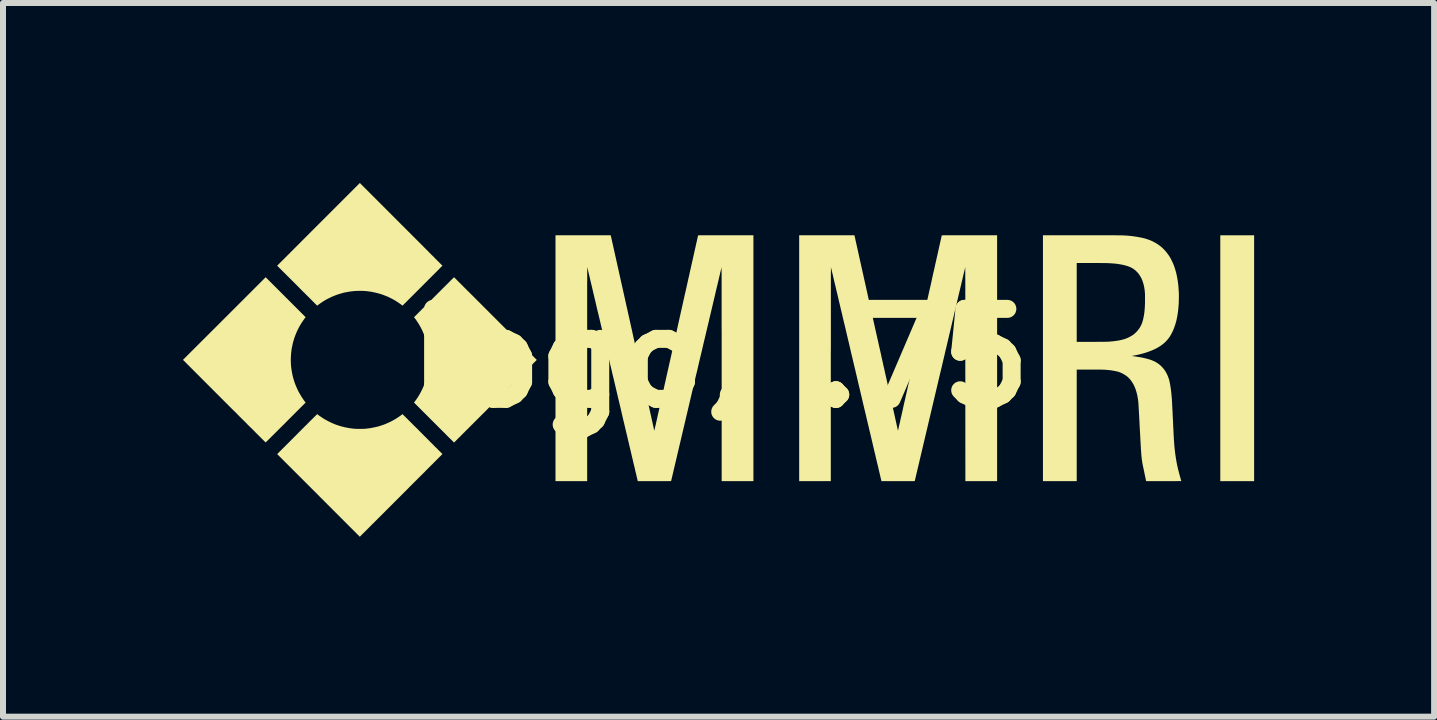
<source format=kicad_pcb>
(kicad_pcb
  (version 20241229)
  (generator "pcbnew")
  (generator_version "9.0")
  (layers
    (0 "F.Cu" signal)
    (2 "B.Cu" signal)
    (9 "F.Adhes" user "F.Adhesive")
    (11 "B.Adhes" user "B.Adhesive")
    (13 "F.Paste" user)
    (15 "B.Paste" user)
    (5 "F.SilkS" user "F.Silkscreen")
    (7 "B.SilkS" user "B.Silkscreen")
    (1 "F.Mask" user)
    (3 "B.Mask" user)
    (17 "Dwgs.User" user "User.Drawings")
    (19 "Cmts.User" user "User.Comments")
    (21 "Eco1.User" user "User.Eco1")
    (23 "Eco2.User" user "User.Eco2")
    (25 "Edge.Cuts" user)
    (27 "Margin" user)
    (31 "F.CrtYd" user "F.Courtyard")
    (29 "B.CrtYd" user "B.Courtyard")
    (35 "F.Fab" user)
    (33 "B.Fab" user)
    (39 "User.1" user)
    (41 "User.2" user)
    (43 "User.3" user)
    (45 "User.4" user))
  (footprint "logo, .75"
    (layer "F.Cu")
    (at 8.955 2.92)
    (property "Reference" "logo, .75" (at 0 0 0) (layer "F.SilkS") (effects (font (size 1.5 1.5) (thickness 0.3))))
    (attr board_only exclude_from_pos_files exclude_from_bom)
    (fp_poly (pts (xy 8.899 0.001) (xy 8.899 2.05) (xy 8.617 2.05) (xy 8.335 2.05) (xy 8.335 0.001) (xy 8.335 -2.048) (xy 8.617 -2.048) (xy 8.899 -2.048)) (stroke (width 0) (type solid)) (fill yes) (layer "F.SilkS"))
    (fp_poly (pts (xy -7.244 -1.016) (xy -6.911 -0.683) (xy -6.928 -0.661) (xy -6.958 -0.619) (xy -6.986 -0.576) (xy -7.012 -0.532) (xy -7.036 -0.486) (xy -7.04 -0.479) (xy -7.044 -0.469) (xy -7.049 -0.46) (xy -7.053 -0.451) (xy -7.057 -0.443) (xy -7.059 -0.438) (xy -7.062 -0.43) (xy -7.065 -0.423) (xy -7.068 -0.416) (xy -7.068 -0.416) (xy -7.072 -0.406) (xy -7.077 -0.395) (xy -7.082 -0.382) (xy -7.087 -0.368) (xy -7.092 -0.355) (xy -7.097 -0.341) (xy -7.1 -0.333) (xy -7.102 -0.326) (xy -7.104 -0.318) (xy -7.107 -0.308) (xy -7.11 -0.3) (xy -7.117 -0.276) (xy -7.124 -0.25) (xy -7.13 -0.222) (xy -7.136 -0.192) (xy -7.142 -0.163) (xy -7.147 -0.133) (xy -7.15 -0.105) (xy -7.153 -0.079) (xy -7.153 -0.078) (xy -7.157 -0.018) (xy -7.158 0.041) (xy -7.156 0.101) (xy -7.151 0.159) (xy -7.142 0.218) (xy -7.131 0.277) (xy -7.121 0.318) (xy -7.118 0.328) (xy -7.115 0.34) (xy -7.111 0.354) (xy -7.106 0.368) (xy -7.102 0.383) (xy -7.097 0.397) (xy -7.093 0.409) (xy -7.089 0.42) (xy -7.087 0.425) (xy -7.085 0.432) (xy -7.082 0.439) (xy -7.08 0.444) (xy -7.08 0.445) (xy -7.078 0.45) (xy -7.075 0.456) (xy -7.072 0.463) (xy -7.072 0.464) (xy -7.069 0.471) (xy -7.065 0.48) (xy -7.061 0.488) (xy -7.061 0.489) (xy -7.046 0.523) (xy -7.029 0.558) (xy -7.009 0.593) (xy -6.988 0.629) (xy -6.965 0.665) (xy -6.94 0.701) (xy -6.925 0.722) (xy -6.911 0.74) (xy -7.243 1.072) (xy -7.27 1.1) (xy -7.297 1.126) (xy -7.323 1.152) (xy -7.348 1.177) (xy -7.373 1.202) (xy -7.396 1.225) (xy -7.418 1.247) (xy -7.44 1.269) (xy -7.46 1.289) (xy -7.479 1.307) (xy -7.496 1.325) (xy -7.512 1.341) (xy -7.527 1.355) (xy -7.539 1.368) (xy -7.551 1.379) (xy -7.56 1.388) (xy -7.567 1.395) (xy -7.573 1.4) (xy -7.576 1.404) (xy -7.577 1.405) (xy -7.578 1.404) (xy -7.582 1.4) (xy -7.587 1.395) (xy -7.595 1.387) (xy -7.605 1.378) (xy -7.616 1.366) (xy -7.63 1.353) (xy -7.645 1.338) (xy -7.662 1.321) (xy -7.681 1.302) (xy -7.701 1.282) (xy -7.723 1.26) (xy -7.746 1.237) (xy -7.771 1.212) (xy -7.797 1.186) (xy -7.825 1.158) (xy -7.854 1.13) (xy -7.884 1.1) (xy -7.915 1.068) (xy -7.947 1.036) (xy -7.981 1.003) (xy -8.015 0.969) (xy -8.05 0.933) (xy -8.086 0.897) (xy -8.123 0.861) (xy -8.161 0.823) (xy -8.199 0.785) (xy -8.238 0.746) (xy -8.267 0.717) (xy -8.955 0.028) (xy -8.266 -0.66) (xy -7.577 -1.349)) (stroke (width 0) (type solid)) (fill yes) (layer "F.SilkS"))
    (fp_poly (pts (xy -5.319 -2.231) (xy -5.279 -2.192) (xy -5.241 -2.153) (xy -5.203 -2.115) (xy -5.165 -2.078) (xy -5.129 -2.041) (xy -5.093 -2.005) (xy -5.058 -1.97) (xy -5.024 -1.936) (xy -4.991 -1.903) (xy -4.959 -1.871) (xy -4.928 -1.84) (xy -4.898 -1.81) (xy -4.87 -1.782) (xy -4.843 -1.754) (xy -4.817 -1.728) (xy -4.792 -1.704) (xy -4.769 -1.681) (xy -4.748 -1.659) (xy -4.728 -1.639) (xy -4.71 -1.621) (xy -4.694 -1.605) (xy -4.679 -1.59) (xy -4.666 -1.577) (xy -4.655 -1.566) (xy -4.646 -1.557) (xy -4.639 -1.55) (xy -4.634 -1.545) (xy -4.631 -1.542) (xy -4.631 -1.541) (xy -4.632 -1.54) (xy -4.635 -1.537) (xy -4.64 -1.532) (xy -4.648 -1.524) (xy -4.657 -1.515) (xy -4.668 -1.504) (xy -4.681 -1.491) (xy -4.695 -1.476) (xy -4.711 -1.46) (xy -4.728 -1.443) (xy -4.747 -1.424) (xy -4.767 -1.404) (xy -4.789 -1.383) (xy -4.811 -1.36) (xy -4.834 -1.337) (xy -4.859 -1.313) (xy -4.884 -1.287) (xy -4.91 -1.261) (xy -4.936 -1.235) (xy -4.963 -1.208) (xy -5.295 -0.876) (xy -5.313 -0.889) (xy -5.36 -0.923) (xy -5.408 -0.954) (xy -5.456 -0.982) (xy -5.505 -1.007) (xy -5.548 -1.027) (xy -5.565 -1.034) (xy -5.58 -1.04) (xy -5.594 -1.045) (xy -5.606 -1.05) (xy -5.618 -1.055) (xy -5.631 -1.059) (xy -5.645 -1.064) (xy -5.661 -1.069) (xy -5.675 -1.073) (xy -5.703 -1.081) (xy -5.733 -1.089) (xy -5.765 -1.096) (xy -5.797 -1.103) (xy -5.83 -1.109) (xy -5.862 -1.113) (xy -5.892 -1.117) (xy -5.9 -1.118) (xy -5.961 -1.122) (xy -6.021 -1.122) (xy -6.08 -1.12) (xy -6.139 -1.115) (xy -6.198 -1.106) (xy -6.257 -1.095) (xy -6.284 -1.089) (xy -6.3 -1.084) (xy -6.318 -1.079) (xy -6.336 -1.074) (xy -6.355 -1.068) (xy -6.374 -1.062) (xy -6.392 -1.056) (xy -6.408 -1.05) (xy -6.423 -1.044) (xy -6.436 -1.039) (xy -6.441 -1.037) (xy -6.447 -1.035) (xy -6.454 -1.031) (xy -6.462 -1.028) (xy -6.469 -1.025) (xy -6.508 -1.007) (xy -6.548 -0.987) (xy -6.589 -0.964) (xy -6.63 -0.939) (xy -6.67 -0.911) (xy -6.703 -0.887) (xy -6.709 -0.883) (xy -6.714 -0.879) (xy -6.718 -0.877) (xy -6.719 -0.876) (xy -6.719 -0.876) (xy -6.72 -0.877) (xy -6.723 -0.88) (xy -6.729 -0.886) (xy -6.736 -0.893) (xy -6.745 -0.902) (xy -6.757 -0.913) (xy -6.769 -0.926) (xy -6.784 -0.94) (xy -6.8 -0.956) (xy -6.817 -0.974) (xy -6.836 -0.993) (xy -6.856 -1.013) (xy -6.877 -1.034) (xy -6.9 -1.056) (xy -6.923 -1.08) (xy -6.948 -1.104) (xy -6.973 -1.129) (xy -6.999 -1.155) (xy -7.025 -1.182) (xy -7.052 -1.209) (xy -7.385 -1.541) (xy -6.696 -2.231) (xy -6.007 -2.92)) (stroke (width 0) (type solid)) (fill yes) (layer "F.SilkS"))
    (fp_poly (pts (xy -4.436 -1.348) (xy -4.432 -1.345) (xy -4.427 -1.339) (xy -4.419 -1.332) (xy -4.41 -1.322) (xy -4.398 -1.311) (xy -4.385 -1.298) (xy -4.37 -1.282) (xy -4.353 -1.265) (xy -4.334 -1.247) (xy -4.314 -1.227) (xy -4.292 -1.205) (xy -4.269 -1.181) (xy -4.244 -1.157) (xy -4.218 -1.13) (xy -4.19 -1.103) (xy -4.161 -1.074) (xy -4.131 -1.044) (xy -4.1 -1.013) (xy -4.068 -0.981) (xy -4.034 -0.947) (xy -4 -0.913) (xy -3.965 -0.878) (xy -3.929 -0.842) (xy -3.892 -0.805) (xy -3.854 -0.767) (xy -3.816 -0.729) (xy -3.777 -0.69) (xy -3.747 -0.66) (xy -3.058 0.029) (xy -3.747 0.717) (xy -3.786 0.757) (xy -3.825 0.795) (xy -3.863 0.833) (xy -3.9 0.871) (xy -3.937 0.908) (xy -3.973 0.943) (xy -4.008 0.978) (xy -4.042 1.012) (xy -4.075 1.045) (xy -4.107 1.077) (xy -4.138 1.108) (xy -4.168 1.138) (xy -4.196 1.167) (xy -4.224 1.194) (xy -4.25 1.22) (xy -4.274 1.244) (xy -4.297 1.267) (xy -4.319 1.289) (xy -4.339 1.309) (xy -4.357 1.327) (xy -4.373 1.343) (xy -4.388 1.358) (xy -4.401 1.371) (xy -4.412 1.382) (xy -4.421 1.391) (xy -4.428 1.398) (xy -4.433 1.403) (xy -4.436 1.406) (xy -4.437 1.406) (xy -4.438 1.405) (xy -4.441 1.402) (xy -4.447 1.397) (xy -4.454 1.389) (xy -4.463 1.38) (xy -4.474 1.369) (xy -4.487 1.356) (xy -4.502 1.342) (xy -4.518 1.326) (xy -4.535 1.309) (xy -4.554 1.29) (xy -4.574 1.27) (xy -4.595 1.248) (xy -4.618 1.226) (xy -4.641 1.203) (xy -4.666 1.178) (xy -4.691 1.153) (xy -4.717 1.127) (xy -4.743 1.101) (xy -4.771 1.073) (xy -4.771 1.073) (xy -5.104 0.74) (xy -5.088 0.718) (xy -5.079 0.707) (xy -5.072 0.697) (xy -5.067 0.689) (xy -5.062 0.683) (xy -5.058 0.677) (xy -5.054 0.671) (xy -5.05 0.665) (xy -5.045 0.658) (xy -5.045 0.658) (xy -5.015 0.609) (xy -4.988 0.56) (xy -4.963 0.51) (xy -4.941 0.459) (xy -4.921 0.406) (xy -4.904 0.352) (xy -4.899 0.335) (xy -4.891 0.304) (xy -4.883 0.27) (xy -4.876 0.234) (xy -4.87 0.197) (xy -4.868 0.182) (xy -4.861 0.124) (xy -4.857 0.066) (xy -4.857 0.007) (xy -4.86 -0.052) (xy -4.866 -0.111) (xy -4.875 -0.171) (xy -4.887 -0.231) (xy -4.89 -0.246) (xy -4.895 -0.263) (xy -4.9 -0.281) (xy -4.906 -0.3) (xy -4.912 -0.32) (xy -4.918 -0.34) (xy -4.924 -0.358) (xy -4.931 -0.376) (xy -4.937 -0.391) (xy -4.941 -0.401) (xy -4.944 -0.409) (xy -4.948 -0.418) (xy -4.952 -0.427) (xy -4.955 -0.435) (xy -4.967 -0.462) (xy -4.981 -0.49) (xy -4.996 -0.519) (xy -5.013 -0.549) (xy -5.031 -0.579) (xy -5.05 -0.608) (xy -5.069 -0.637) (xy -5.089 -0.664) (xy -5.092 -0.667) (xy -5.104 -0.683) (xy -4.771 -1.016) (xy -4.744 -1.043) (xy -4.717 -1.07) (xy -4.691 -1.096) (xy -4.666 -1.121) (xy -4.642 -1.145) (xy -4.618 -1.169) (xy -4.596 -1.191) (xy -4.574 -1.212) (xy -4.554 -1.233) (xy -4.535 -1.251) (xy -4.518 -1.269) (xy -4.502 -1.285) (xy -4.488 -1.299) (xy -4.475 -1.312) (xy -4.464 -1.323) (xy -4.454 -1.332) (xy -4.447 -1.339) (xy -4.441 -1.345) (xy -4.438 -1.348) (xy -4.437 -1.349)) (stroke (width 0) (type solid)) (fill yes) (layer "F.SilkS"))
    (fp_poly (pts (xy -5.295 0.934) (xy -5.291 0.937) (xy -5.286 0.942) (xy -5.279 0.95) (xy -5.27 0.959) (xy -5.259 0.969) (xy -5.246 0.982) (xy -5.232 0.996) (xy -5.217 1.011) (xy -5.201 1.027) (xy -5.183 1.045) (xy -5.164 1.064) (xy -5.144 1.084) (xy -5.124 1.104) (xy -5.102 1.126) (xy -5.08 1.148) (xy -5.057 1.17) (xy -5.034 1.193) (xy -5.011 1.217) (xy -4.988 1.24) (xy -4.964 1.264) (xy -4.94 1.288) (xy -4.917 1.311) (xy -4.893 1.335) (xy -4.87 1.358) (xy -4.848 1.38) (xy -4.826 1.403) (xy -4.804 1.424) (xy -4.783 1.445) (xy -4.764 1.465) (xy -4.745 1.484) (xy -4.727 1.501) (xy -4.71 1.518) (xy -4.695 1.534) (xy -4.681 1.548) (xy -4.668 1.56) (xy -4.657 1.571) (xy -4.648 1.58) (xy -4.641 1.588) (xy -4.635 1.593) (xy -4.632 1.597) (xy -4.631 1.598) (xy -4.631 1.598) (xy -4.632 1.6) (xy -4.635 1.603) (xy -4.64 1.608) (xy -4.648 1.616) (xy -4.657 1.625) (xy -4.668 1.636) (xy -4.681 1.649) (xy -4.696 1.664) (xy -4.713 1.681) (xy -4.731 1.699) (xy -4.75 1.718) (xy -4.771 1.739) (xy -4.793 1.762) (xy -4.817 1.785) (xy -4.842 1.81) (xy -4.868 1.836) (xy -4.895 1.863) (xy -4.922 1.891) (xy -4.951 1.92) (xy -4.981 1.95) (xy -5.012 1.98) (xy -5.043 2.011) (xy -5.074 2.043) (xy -5.107 2.075) (xy -5.14 2.108) (xy -5.173 2.141) (xy -5.206 2.175) (xy -5.24 2.209) (xy -5.274 2.243) (xy -5.308 2.277) (xy -5.342 2.311) (xy -5.376 2.345) (xy -5.41 2.379) (xy -5.444 2.413) (xy -5.477 2.446) (xy -5.51 2.479) (xy -5.543 2.512) (xy -5.575 2.544) (xy -5.606 2.575) (xy -5.637 2.606) (xy -5.668 2.637) (xy -5.697 2.666) (xy -5.726 2.695) (xy -5.753 2.722) (xy -5.78 2.749) (xy -5.805 2.774) (xy -5.83 2.799) (xy -5.853 2.822) (xy -5.875 2.844) (xy -5.895 2.864) (xy -5.914 2.883) (xy -5.932 2.901) (xy -5.947 2.916) (xy -5.962 2.93) (xy -5.974 2.943) (xy -5.985 2.953) (xy -5.993 2.962) (xy -6 2.969) (xy -6.005 2.973) (xy -6.007 2.976) (xy -6.008 2.976) (xy -6.009 2.975) (xy -6.012 2.972) (xy -6.017 2.966) (xy -6.025 2.959) (xy -6.034 2.949) (xy -6.046 2.938) (xy -6.059 2.925) (xy -6.074 2.91) (xy -6.091 2.893) (xy -6.11 2.874) (xy -6.13 2.854) (xy -6.152 2.832) (xy -6.175 2.809) (xy -6.2 2.784) (xy -6.226 2.758) (xy -6.254 2.73) (xy -6.283 2.701) (xy -6.313 2.671) (xy -6.344 2.64) (xy -6.376 2.608) (xy -6.409 2.575) (xy -6.444 2.54) (xy -6.479 2.505) (xy -6.515 2.469) (xy -6.552 2.432) (xy -6.589 2.395) (xy -6.627 2.356) (xy -6.666 2.318) (xy -6.696 2.287) (xy -7.385 1.599) (xy -7.052 1.266) (xy -7.025 1.238) (xy -6.998 1.212) (xy -6.973 1.186) (xy -6.947 1.161) (xy -6.923 1.136) (xy -6.899 1.113) (xy -6.877 1.091) (xy -6.856 1.069) (xy -6.836 1.049) (xy -6.817 1.031) (xy -6.799 1.013) (xy -6.783 0.997) (xy -6.769 0.983) (xy -6.756 0.97) (xy -6.745 0.959) (xy -6.735 0.95) (xy -6.728 0.942) (xy -6.722 0.937) (xy -6.719 0.934) (xy -6.718 0.933) (xy -6.715 0.934) (xy -6.713 0.936) (xy -6.71 0.939) (xy -6.705 0.943) (xy -6.698 0.948) (xy -6.689 0.955) (xy -6.678 0.963) (xy -6.67 0.968) (xy -6.634 0.993) (xy -6.596 1.017) (xy -6.556 1.039) (xy -6.516 1.06) (xy -6.475 1.079) (xy -6.435 1.097) (xy -6.395 1.112) (xy -6.367 1.121) (xy -6.36 1.124) (xy -6.351 1.126) (xy -6.342 1.129) (xy -6.336 1.131) (xy -6.312 1.138) (xy -6.284 1.145) (xy -6.255 1.152) (xy -6.225 1.158) (xy -6.193 1.164) (xy -6.162 1.169) (xy -6.131 1.173) (xy -6.101 1.176) (xy -6.099 1.176) (xy -6.089 1.177) (xy -6.076 1.177) (xy -6.061 1.178) (xy -6.044 1.178) (xy -6.026 1.178) (xy -6.008 1.178) (xy -5.99 1.178) (xy -5.971 1.178) (xy -5.954 1.178) (xy -5.938 1.177) (xy -5.924 1.177) (xy -5.913 1.176) (xy -5.906 1.175) (xy -5.869 1.171) (xy -5.832 1.166) (xy -5.795 1.159) (xy -5.76 1.152) (xy -5.725 1.144) (xy -5.693 1.136) (xy -5.673 1.13) (xy -5.665 1.127) (xy -5.657 1.125) (xy -5.65 1.122) (xy -5.645 1.121) (xy -5.645 1.121) (xy -5.639 1.119) (xy -5.631 1.116) (xy -5.622 1.113) (xy -5.612 1.109) (xy -5.602 1.106) (xy -5.593 1.102) (xy -5.583 1.098) (xy -5.575 1.095) (xy -5.569 1.093) (xy -5.565 1.091) (xy -5.564 1.09) (xy -5.562 1.089) (xy -5.558 1.087) (xy -5.552 1.085) (xy -5.545 1.082) (xy -5.523 1.072) (xy -5.499 1.061) (xy -5.474 1.048) (xy -5.448 1.034) (xy -5.422 1.019) (xy -5.397 1.004) (xy -5.379 0.992) (xy -5.37 0.986) (xy -5.36 0.98) (xy -5.349 0.972) (xy -5.339 0.965) (xy -5.328 0.957) (xy -5.319 0.95) (xy -5.311 0.945) (xy -5.305 0.94) (xy -5.304 0.939) (xy -5.3 0.936) (xy -5.297 0.933) (xy -5.296 0.933)) (stroke (width 0) (type solid)) (fill yes) (layer "F.SilkS"))
    (fp_poly (pts (xy -2.286 -2.048) (xy -1.825 -2.048) (xy -1.463 -0.425) (xy -1.448 -0.354) (xy -1.432 -0.284) (xy -1.416 -0.215) (xy -1.401 -0.146) (xy -1.386 -0.079) (xy -1.371 -0.012) (xy -1.357 0.053) (xy -1.342 0.118) (xy -1.328 0.181) (xy -1.314 0.243) (xy -1.301 0.303) (xy -1.288 0.363) (xy -1.275 0.42) (xy -1.262 0.477) (xy -1.25 0.531) (xy -1.238 0.584) (xy -1.227 0.635) (xy -1.216 0.685) (xy -1.205 0.733) (xy -1.195 0.778) (xy -1.185 0.822) (xy -1.176 0.864) (xy -1.167 0.904) (xy -1.159 0.941) (xy -1.151 0.976) (xy -1.144 1.009) (xy -1.137 1.04) (xy -1.13 1.068) (xy -1.125 1.094) (xy -1.12 1.117) (xy -1.115 1.138) (xy -1.111 1.155) (xy -1.108 1.171) (xy -1.105 1.183) (xy -1.103 1.192) (xy -1.101 1.199) (xy -1.101 1.202) (xy -1.1 1.203) (xy -1.1 1.206) (xy -1.099 1.207) (xy -1.098 1.205) (xy -1.097 1.204) (xy -1.096 1.199) (xy -1.095 1.191) (xy -1.092 1.181) (xy -1.089 1.167) (xy -1.086 1.151) (xy -1.081 1.132) (xy -1.076 1.11) (xy -1.071 1.086) (xy -1.065 1.06) (xy -1.058 1.03) (xy -1.051 0.999) (xy -1.044 0.965) (xy -1.036 0.929) (xy -1.027 0.891) (xy -1.018 0.85) (xy -1.008 0.807) (xy -0.998 0.763) (xy -0.988 0.716) (xy -0.977 0.668) (xy -0.966 0.618) (xy -0.954 0.566) (xy -0.942 0.512) (xy -0.93 0.457) (xy -0.917 0.4) (xy -0.904 0.342) (xy -0.891 0.282) (xy -0.877 0.221) (xy -0.863 0.159) (xy -0.849 0.095) (xy -0.834 0.03) (xy -0.819 -0.036) (xy -0.804 -0.103) (xy -0.789 -0.171) (xy -0.774 -0.239) (xy -0.758 -0.309) (xy -0.742 -0.38) (xy -0.733 -0.42) (xy -0.717 -0.491) (xy -0.702 -0.561) (xy -0.686 -0.631) (xy -0.671 -0.699) (xy -0.656 -0.767) (xy -0.641 -0.833) (xy -0.626 -0.899) (xy -0.612 -0.963) (xy -0.598 -1.026) (xy -0.584 -1.088) (xy -0.57 -1.148) (xy -0.557 -1.207) (xy -0.544 -1.265) (xy -0.532 -1.321) (xy -0.519 -1.376) (xy -0.508 -1.429) (xy -0.496 -1.48) (xy -0.485 -1.529) (xy -0.474 -1.577) (xy -0.464 -1.623) (xy -0.454 -1.666) (xy -0.445 -1.708) (xy -0.436 -1.748) (xy -0.428 -1.785) (xy -0.42 -1.82) (xy -0.412 -1.853) (xy -0.406 -1.884) (xy -0.399 -1.912) (xy -0.394 -1.937) (xy -0.388 -1.96) (xy -0.384 -1.981) (xy -0.38 -1.999) (xy -0.376 -2.014) (xy -0.374 -2.026) (xy -0.372 -2.035) (xy -0.37 -2.042) (xy -0.369 -2.045) (xy -0.369 -2.046) (xy -0.369 -2.046) (xy -0.369 -2.046) (xy -0.368 -2.046) (xy -0.366 -2.047) (xy -0.364 -2.047) (xy -0.362 -2.047) (xy -0.358 -2.047) (xy -0.354 -2.047) (xy -0.348 -2.047) (xy -0.342 -2.048) (xy -0.334 -2.048) (xy -0.325 -2.048) (xy -0.314 -2.048) (xy -0.302 -2.048) (xy -0.288 -2.048) (xy -0.272 -2.048) (xy -0.255 -2.048) (xy -0.235 -2.048) (xy -0.214 -2.048) (xy -0.19 -2.048) (xy -0.163 -2.048) (xy -0.135 -2.048) (xy -0.104 -2.048) (xy -0.07 -2.048) (xy -0.033 -2.048) (xy 0.006 -2.048) (xy 0.049 -2.048) (xy 0.092 -2.048) (xy 0.553 -2.048) (xy 0.553 0.001) (xy 0.553 2.05) (xy 0.288 2.05) (xy 0.024 2.05) (xy 0.024 0.265) (xy 0.024 0.166) (xy 0.024 0.07) (xy 0.024 -0.023) (xy 0.024 -0.113) (xy 0.024 -0.201) (xy 0.024 -0.287) (xy 0.024 -0.369) (xy 0.024 -0.449) (xy 0.023 -0.526) (xy 0.023 -0.601) (xy 0.023 -0.672) (xy 0.023 -0.741) (xy 0.023 -0.807) (xy 0.023 -0.87) (xy 0.023 -0.93) (xy 0.023 -0.988) (xy 0.023 -1.042) (xy 0.023 -1.094) (xy 0.023 -1.143) (xy 0.023 -1.189) (xy 0.023 -1.232) (xy 0.023 -1.272) (xy 0.023 -1.309) (xy 0.023 -1.343) (xy 0.023 -1.374) (xy 0.023 -1.402) (xy 0.023 -1.427) (xy 0.022 -1.448) (xy 0.022 -1.467) (xy 0.022 -1.483) (xy 0.022 -1.496) (xy 0.022 -1.505) (xy 0.022 -1.512) (xy 0.022 -1.515) (xy 0.022 -1.515) (xy 0.022 -1.513) (xy 0.02 -1.509) (xy 0.019 -1.501) (xy 0.016 -1.49) (xy 0.013 -1.477) (xy 0.009 -1.461) (xy 0.004 -1.442) (xy -0.001 -1.42) (xy -0.006 -1.396) (xy -0.013 -1.369) (xy -0.02 -1.339) (xy -0.027 -1.308) (xy -0.035 -1.274) (xy -0.044 -1.237) (xy -0.053 -1.199) (xy -0.063 -1.158) (xy -0.073 -1.115) (xy -0.083 -1.07) (xy -0.094 -1.023) (xy -0.106 -0.974) (xy -0.118 -0.923) (xy -0.13 -0.871) (xy -0.143 -0.817) (xy -0.156 -0.761) (xy -0.17 -0.703) (xy -0.184 -0.644) (xy -0.198 -0.583) (xy -0.213 -0.521) (xy -0.228 -0.458) (xy -0.243 -0.393) (xy -0.259 -0.327) (xy -0.275 -0.26) (xy -0.291 -0.191) (xy -0.307 -0.122) (xy -0.324 -0.051) (xy -0.341 0.02) (xy -0.358 0.092) (xy -0.375 0.166) (xy -0.392 0.239) (xy -0.4 0.269) (xy -0.819 2.049) (xy -1.097 2.05) (xy -1.375 2.05) (xy -1.375 2.046) (xy -1.376 2.045) (xy -1.377 2.04) (xy -1.379 2.032) (xy -1.381 2.022) (xy -1.384 2.008) (xy -1.388 1.992) (xy -1.393 1.973) (xy -1.398 1.951) (xy -1.403 1.927) (xy -1.41 1.9) (xy -1.417 1.871) (xy -1.424 1.839) (xy -1.432 1.805) (xy -1.441 1.769) (xy -1.45 1.731) (xy -1.459 1.69) (xy -1.47 1.647) (xy -1.48 1.602) (xy -1.491 1.555) (xy -1.503 1.506) (xy -1.515 1.456) (xy -1.527 1.403) (xy -1.54 1.349) (xy -1.553 1.293) (xy -1.567 1.235) (xy -1.581 1.176) (xy -1.595 1.116) (xy -1.61 1.054) (xy -1.625 0.99) (xy -1.64 0.925) (xy -1.655 0.859) (xy -1.671 0.792) (xy -1.687 0.724) (xy -1.704 0.654) (xy -1.72 0.584) (xy -1.737 0.513) (xy -1.754 0.44) (xy -1.771 0.367) (xy -1.789 0.293) (xy -1.796 0.265) (xy -1.813 0.19) (xy -1.831 0.117) (xy -1.848 0.044) (xy -1.865 -0.027) (xy -1.881 -0.098) (xy -1.898 -0.168) (xy -1.914 -0.237) (xy -1.93 -0.304) (xy -1.946 -0.371) (xy -1.961 -0.436) (xy -1.976 -0.5) (xy -1.991 -0.563) (xy -2.005 -0.624) (xy -2.019 -0.683) (xy -2.033 -0.742) (xy -2.047 -0.798) (xy -2.06 -0.853) (xy -2.072 -0.906) (xy -2.084 -0.958) (xy -2.096 -1.007) (xy -2.107 -1.055) (xy -2.118 -1.1) (xy -2.128 -1.144) (xy -2.138 -1.186) (xy -2.147 -1.225) (xy -2.156 -1.262) (xy -2.165 -1.297) (xy -2.172 -1.33) (xy -2.179 -1.36) (xy -2.186 -1.388) (xy -2.192 -1.413) (xy -2.197 -1.435) (xy -2.202 -1.455) (xy -2.206 -1.473) (xy -2.21 -1.487) (xy -2.212 -1.499) (xy -2.214 -1.508) (xy -2.216 -1.514) (xy -2.217 -1.516) (xy -2.217 -1.517) (xy -2.217 -1.515) (xy -2.217 -1.511) (xy -2.217 -1.503) (xy -2.217 -1.492) (xy -2.217 -1.479) (xy -2.217 -1.462) (xy -2.217 -1.442) (xy -2.217 -1.419) (xy -2.217 -1.394) (xy -2.217 -1.365) (xy -2.217 -1.334) (xy -2.217 -1.3) (xy -2.218 -1.263) (xy -2.218 -1.224) (xy -2.218 -1.181) (xy -2.218 -1.137) (xy -2.218 -1.089) (xy -2.218 -1.039) (xy -2.218 -0.986) (xy -2.218 -0.931) (xy -2.218 -0.874) (xy -2.218 -0.814) (xy -2.218 -0.751) (xy -2.218 -0.686) (xy -2.218 -0.619) (xy -2.218 -0.55) (xy -2.218 -0.478) (xy -2.218 -0.404) (xy -2.218 -0.328) (xy -2.218 -0.25) (xy -2.218 -0.169) (xy -2.218 -0.087) (xy -2.218 -0.002) (xy -2.218 0.085) (xy -2.218 0.173) (xy -2.218 0.264) (xy -2.218 0.265) (xy -2.218 2.05) (xy -2.482 2.05) (xy -2.746 2.05) (xy -2.746 0.001) (xy -2.746 -2.048)) (stroke (width 0) (type solid)) (fill yes) (layer "F.SilkS"))
    (fp_poly (pts (xy 1.776 -2.048) (xy 2.237 -2.048) (xy 2.598 -0.425) (xy 2.614 -0.354) (xy 2.63 -0.284) (xy 2.645 -0.215) (xy 2.661 -0.146) (xy 2.676 -0.079) (xy 2.69 -0.012) (xy 2.705 0.053) (xy 2.719 0.118) (xy 2.734 0.181) (xy 2.747 0.243) (xy 2.761 0.303) (xy 2.774 0.363) (xy 2.787 0.42) (xy 2.799 0.477) (xy 2.812 0.531) (xy 2.823 0.584) (xy 2.835 0.635) (xy 2.846 0.685) (xy 2.857 0.733) (xy 2.867 0.778) (xy 2.876 0.822) (xy 2.886 0.864) (xy 2.895 0.904) (xy 2.903 0.941) (xy 2.911 0.976) (xy 2.918 1.009) (xy 2.925 1.04) (xy 2.931 1.068) (xy 2.937 1.094) (xy 2.942 1.117) (xy 2.947 1.138) (xy 2.951 1.155) (xy 2.954 1.171) (xy 2.957 1.183) (xy 2.959 1.192) (xy 2.96 1.199) (xy 2.961 1.202) (xy 2.961 1.203) (xy 2.962 1.206) (xy 2.963 1.207) (xy 2.964 1.205) (xy 2.964 1.204) (xy 2.965 1.199) (xy 2.967 1.191) (xy 2.969 1.181) (xy 2.973 1.167) (xy 2.976 1.151) (xy 2.98 1.132) (xy 2.985 1.11) (xy 2.991 1.086) (xy 2.997 1.06) (xy 3.003 1.03) (xy 3.01 0.999) (xy 3.018 0.965) (xy 3.026 0.929) (xy 3.035 0.891) (xy 3.044 0.85) (xy 3.053 0.807) (xy 3.063 0.763) (xy 3.074 0.716) (xy 3.085 0.668) (xy 3.096 0.618) (xy 3.108 0.566) (xy 3.12 0.512) (xy 3.132 0.457) (xy 3.145 0.4) (xy 3.158 0.342) (xy 3.171 0.282) (xy 3.185 0.221) (xy 3.199 0.159) (xy 3.213 0.095) (xy 3.228 0.03) (xy 3.242 -0.036) (xy 3.257 -0.103) (xy 3.272 -0.171) (xy 3.288 -0.239) (xy 3.304 -0.309) (xy 3.319 -0.38) (xy 3.328 -0.42) (xy 3.344 -0.491) (xy 3.36 -0.561) (xy 3.376 -0.631) (xy 3.391 -0.699) (xy 3.406 -0.767) (xy 3.421 -0.833) (xy 3.435 -0.899) (xy 3.45 -0.963) (xy 3.464 -1.026) (xy 3.478 -1.088) (xy 3.491 -1.148) (xy 3.505 -1.207) (xy 3.518 -1.265) (xy 3.53 -1.321) (xy 3.542 -1.376) (xy 3.554 -1.429) (xy 3.566 -1.48) (xy 3.577 -1.529) (xy 3.587 -1.577) (xy 3.598 -1.623) (xy 3.607 -1.666) (xy 3.617 -1.708) (xy 3.626 -1.748) (xy 3.634 -1.785) (xy 3.642 -1.82) (xy 3.649 -1.853) (xy 3.656 -1.884) (xy 3.662 -1.912) (xy 3.668 -1.937) (xy 3.673 -1.96) (xy 3.678 -1.981) (xy 3.682 -1.999) (xy 3.685 -2.014) (xy 3.688 -2.026) (xy 3.69 -2.035) (xy 3.692 -2.042) (xy 3.692 -2.045) (xy 3.692 -2.046) (xy 3.693 -2.046) (xy 3.693 -2.046) (xy 3.694 -2.046) (xy 3.695 -2.047) (xy 3.697 -2.047) (xy 3.7 -2.047) (xy 3.703 -2.047) (xy 3.708 -2.047) (xy 3.713 -2.047) (xy 3.72 -2.048) (xy 3.728 -2.048) (xy 3.737 -2.048) (xy 3.748 -2.048) (xy 3.76 -2.048) (xy 3.774 -2.048) (xy 3.789 -2.048) (xy 3.807 -2.048) (xy 3.826 -2.048) (xy 3.848 -2.048) (xy 3.872 -2.048) (xy 3.898 -2.048) (xy 3.927 -2.048) (xy 3.958 -2.048) (xy 3.992 -2.048) (xy 4.029 -2.048) (xy 4.068 -2.048) (xy 4.11 -2.048) (xy 4.154 -2.048) (xy 4.615 -2.048) (xy 4.615 0.001) (xy 4.615 2.05) (xy 4.35 2.05) (xy 4.086 2.05) (xy 4.085 0.265) (xy 4.085 0.166) (xy 4.085 0.07) (xy 4.085 -0.023) (xy 4.085 -0.113) (xy 4.085 -0.201) (xy 4.085 -0.287) (xy 4.085 -0.369) (xy 4.085 -0.449) (xy 4.085 -0.526) (xy 4.085 -0.601) (xy 4.085 -0.672) (xy 4.085 -0.741) (xy 4.085 -0.807) (xy 4.085 -0.87) (xy 4.085 -0.93) (xy 4.085 -0.988) (xy 4.085 -1.042) (xy 4.085 -1.094) (xy 4.085 -1.143) (xy 4.085 -1.189) (xy 4.085 -1.232) (xy 4.085 -1.272) (xy 4.085 -1.309) (xy 4.084 -1.343) (xy 4.084 -1.374) (xy 4.084 -1.402) (xy 4.084 -1.427) (xy 4.084 -1.448) (xy 4.084 -1.467) (xy 4.084 -1.483) (xy 4.084 -1.496) (xy 4.084 -1.505) (xy 4.084 -1.512) (xy 4.084 -1.515) (xy 4.084 -1.515) (xy 4.083 -1.513) (xy 4.082 -1.509) (xy 4.08 -1.501) (xy 4.078 -1.49) (xy 4.075 -1.477) (xy 4.071 -1.461) (xy 4.066 -1.442) (xy 4.061 -1.42) (xy 4.055 -1.396) (xy 4.049 -1.369) (xy 4.042 -1.339) (xy 4.035 -1.308) (xy 4.026 -1.274) (xy 4.018 -1.237) (xy 4.009 -1.199) (xy 3.999 -1.158) (xy 3.989 -1.115) (xy 3.978 -1.07) (xy 3.967 -1.023) (xy 3.956 -0.974) (xy 3.944 -0.923) (xy 3.931 -0.871) (xy 3.919 -0.817) (xy 3.905 -0.761) (xy 3.892 -0.703) (xy 3.878 -0.644) (xy 3.863 -0.583) (xy 3.849 -0.521) (xy 3.834 -0.458) (xy 3.818 -0.393) (xy 3.803 -0.327) (xy 3.787 -0.26) (xy 3.771 -0.191) (xy 3.754 -0.122) (xy 3.738 -0.051) (xy 3.721 0.02) (xy 3.704 0.092) (xy 3.687 0.166) (xy 3.669 0.239) (xy 3.662 0.269) (xy 3.242 2.049) (xy 2.965 2.05) (xy 2.687 2.05) (xy 2.686 2.046) (xy 2.686 2.045) (xy 2.685 2.04) (xy 2.683 2.032) (xy 2.681 2.022) (xy 2.677 2.008) (xy 2.674 1.992) (xy 2.669 1.973) (xy 2.664 1.951) (xy 2.658 1.927) (xy 2.652 1.9) (xy 2.645 1.871) (xy 2.638 1.839) (xy 2.63 1.805) (xy 2.621 1.769) (xy 2.612 1.731) (xy 2.602 1.69) (xy 2.592 1.647) (xy 2.582 1.602) (xy 2.57 1.555) (xy 2.559 1.506) (xy 2.547 1.456) (xy 2.535 1.403) (xy 2.522 1.349) (xy 2.509 1.293) (xy 2.495 1.235) (xy 2.481 1.176) (xy 2.467 1.116) (xy 2.452 1.054) (xy 2.437 0.99) (xy 2.422 0.925) (xy 2.406 0.859) (xy 2.39 0.792) (xy 2.374 0.724) (xy 2.358 0.654) (xy 2.341 0.584) (xy 2.325 0.513) (xy 2.307 0.44) (xy 2.29 0.367) (xy 2.273 0.293) (xy 2.266 0.265) (xy 2.249 0.19) (xy 2.231 0.117) (xy 2.214 0.044) (xy 2.197 -0.027) (xy 2.18 -0.098) (xy 2.164 -0.168) (xy 2.148 -0.237) (xy 2.132 -0.304) (xy 2.116 -0.371) (xy 2.101 -0.436) (xy 2.086 -0.5) (xy 2.071 -0.563) (xy 2.056 -0.624) (xy 2.042 -0.683) (xy 2.029 -0.742) (xy 2.015 -0.798) (xy 2.002 -0.853) (xy 1.99 -0.906) (xy 1.977 -0.958) (xy 1.966 -1.007) (xy 1.955 -1.055) (xy 1.944 -1.1) (xy 1.933 -1.144) (xy 1.924 -1.186) (xy 1.914 -1.225) (xy 1.905 -1.262) (xy 1.897 -1.297) (xy 1.889 -1.33) (xy 1.882 -1.36) (xy 1.876 -1.388) (xy 1.87 -1.413) (xy 1.864 -1.435) (xy 1.86 -1.455) (xy 1.856 -1.473) (xy 1.852 -1.487) (xy 1.849 -1.499) (xy 1.847 -1.508) (xy 1.846 -1.514) (xy 1.845 -1.516) (xy 1.845 -1.517) (xy 1.845 -1.515) (xy 1.845 -1.511) (xy 1.845 -1.503) (xy 1.845 -1.492) (xy 1.845 -1.479) (xy 1.845 -1.462) (xy 1.845 -1.442) (xy 1.844 -1.419) (xy 1.844 -1.394) (xy 1.844 -1.365) (xy 1.844 -1.334) (xy 1.844 -1.3) (xy 1.844 -1.263) (xy 1.844 -1.224) (xy 1.844 -1.181) (xy 1.844 -1.137) (xy 1.844 -1.089) (xy 1.844 -1.039) (xy 1.844 -0.986) (xy 1.844 -0.931) (xy 1.844 -0.874) (xy 1.844 -0.814) (xy 1.844 -0.751) (xy 1.844 -0.686) (xy 1.844 -0.619) (xy 1.844 -0.55) (xy 1.844 -0.478) (xy 1.844 -0.404) (xy 1.844 -0.328) (xy 1.844 -0.25) (xy 1.844 -0.169) (xy 1.843 -0.087) (xy 1.843 -0.002) (xy 1.843 0.085) (xy 1.843 0.173) (xy 1.843 0.264) (xy 1.843 0.265) (xy 1.843 2.05) (xy 1.58 2.05) (xy 1.316 2.05) (xy 1.316 0.001) (xy 1.316 -2.048)) (stroke (width 0) (type solid)) (fill yes) (layer "F.SilkS"))
    (fp_poly (pts (xy 6.023 -2.048) (xy 6.079 -2.048) (xy 6.131 -2.048) (xy 6.181 -2.048) (xy 6.227 -2.048) (xy 6.271 -2.048) (xy 6.312 -2.048) (xy 6.351 -2.048) (xy 6.387 -2.048) (xy 6.421 -2.048) (xy 6.452 -2.048) (xy 6.481 -2.048) (xy 6.508 -2.048) (xy 6.534 -2.048) (xy 6.557 -2.048) (xy 6.578 -2.048) (xy 6.598 -2.048) (xy 6.616 -2.047) (xy 6.633 -2.047) (xy 6.648 -2.047) (xy 6.663 -2.047) (xy 6.675 -2.047) (xy 6.687 -2.047) (xy 6.698 -2.046) (xy 6.708 -2.046) (xy 6.717 -2.046) (xy 6.725 -2.046) (xy 6.733 -2.045) (xy 6.741 -2.045) (xy 6.748 -2.045) (xy 6.754 -2.044) (xy 6.761 -2.044) (xy 6.767 -2.043) (xy 6.773 -2.043) (xy 6.778 -2.043) (xy 6.819 -2.039) (xy 6.861 -2.035) (xy 6.902 -2.029) (xy 6.943 -2.023) (xy 6.982 -2.016) (xy 7.019 -2.009) (xy 7.054 -2.001) (xy 7.071 -1.997) (xy 7.117 -1.983) (xy 7.162 -1.967) (xy 7.205 -1.948) (xy 7.245 -1.927) (xy 7.284 -1.904) (xy 7.321 -1.878) (xy 7.356 -1.85) (xy 7.357 -1.85) (xy 7.365 -1.842) (xy 7.375 -1.833) (xy 7.386 -1.822) (xy 7.397 -1.811) (xy 7.407 -1.8) (xy 7.417 -1.79) (xy 7.425 -1.781) (xy 7.43 -1.775) (xy 7.458 -1.738) (xy 7.485 -1.7) (xy 7.509 -1.659) (xy 7.531 -1.615) (xy 7.552 -1.57) (xy 7.57 -1.522) (xy 7.586 -1.471) (xy 7.598 -1.428) (xy 7.61 -1.376) (xy 7.62 -1.323) (xy 7.629 -1.267) (xy 7.636 -1.209) (xy 7.64 -1.15) (xy 7.644 -1.09) (xy 7.645 -1.029) (xy 7.644 -0.968) (xy 7.642 -0.906) (xy 7.637 -0.845) (xy 7.637 -0.841) (xy 7.631 -0.781) (xy 7.622 -0.723) (xy 7.612 -0.667) (xy 7.6 -0.614) (xy 7.585 -0.563) (xy 7.569 -0.515) (xy 7.551 -0.469) (xy 7.531 -0.426) (xy 7.509 -0.385) (xy 7.486 -0.348) (xy 7.467 -0.323) (xy 7.445 -0.297) (xy 7.421 -0.272) (xy 7.395 -0.248) (xy 7.368 -0.226) (xy 7.346 -0.21) (xy 7.31 -0.187) (xy 7.271 -0.165) (xy 7.229 -0.144) (xy 7.184 -0.125) (xy 7.137 -0.107) (xy 7.087 -0.09) (xy 7.035 -0.075) (xy 6.98 -0.061) (xy 6.923 -0.049) (xy 6.913 -0.047) (xy 6.902 -0.045) (xy 6.891 -0.043) (xy 6.882 -0.041) (xy 6.874 -0.039) (xy 6.868 -0.038) (xy 6.866 -0.038) (xy 6.858 -0.036) (xy 6.868 -0.035) (xy 6.914 -0.029) (xy 6.957 -0.022) (xy 6.997 -0.016) (xy 7.035 -0.009) (xy 7.07 -0.001) (xy 7.103 0.007) (xy 7.133 0.015) (xy 7.162 0.024) (xy 7.189 0.033) (xy 7.215 0.044) (xy 7.224 0.048) (xy 7.254 0.062) (xy 7.283 0.08) (xy 7.312 0.1) (xy 7.339 0.122) (xy 7.357 0.14) (xy 7.382 0.167) (xy 7.405 0.196) (xy 7.425 0.227) (xy 7.443 0.26) (xy 7.459 0.295) (xy 7.473 0.332) (xy 7.485 0.372) (xy 7.487 0.381) (xy 7.492 0.401) (xy 7.496 0.424) (xy 7.501 0.45) (xy 7.505 0.479) (xy 7.51 0.509) (xy 7.514 0.54) (xy 7.518 0.573) (xy 7.521 0.607) (xy 7.524 0.641) (xy 7.527 0.667) (xy 7.527 0.674) (xy 7.528 0.681) (xy 7.528 0.688) (xy 7.529 0.695) (xy 7.529 0.704) (xy 7.53 0.713) (xy 7.53 0.723) (xy 7.531 0.735) (xy 7.532 0.748) (xy 7.532 0.762) (xy 7.533 0.778) (xy 7.534 0.795) (xy 7.535 0.815) (xy 7.536 0.836) (xy 7.537 0.86) (xy 7.539 0.886) (xy 7.54 0.914) (xy 7.541 0.946) (xy 7.543 0.98) (xy 7.545 1.017) (xy 7.546 1.036) (xy 7.548 1.075) (xy 7.549 1.111) (xy 7.551 1.145) (xy 7.553 1.175) (xy 7.554 1.204) (xy 7.555 1.23) (xy 7.556 1.253) (xy 7.557 1.275) (xy 7.559 1.295) (xy 7.56 1.313) (xy 7.56 1.33) (xy 7.561 1.345) (xy 7.562 1.36) (xy 7.563 1.373) (xy 7.564 1.386) (xy 7.565 1.398) (xy 7.566 1.409) (xy 7.566 1.42) (xy 7.567 1.432) (xy 7.568 1.443) (xy 7.569 1.454) (xy 7.57 1.466) (xy 7.57 1.469) (xy 7.574 1.507) (xy 7.578 1.543) (xy 7.582 1.579) (xy 7.587 1.613) (xy 7.592 1.648) (xy 7.598 1.685) (xy 7.604 1.722) (xy 7.612 1.762) (xy 7.612 1.763) (xy 7.617 1.789) (xy 7.624 1.818) (xy 7.631 1.85) (xy 7.64 1.883) (xy 7.649 1.919) (xy 7.659 1.957) (xy 7.67 1.994) (xy 7.673 2.006) (xy 7.676 2.018) (xy 7.679 2.028) (xy 7.682 2.037) (xy 7.683 2.043) (xy 7.685 2.047) (xy 7.685 2.048) (xy 7.683 2.049) (xy 7.679 2.049) (xy 7.671 2.049) (xy 7.66 2.049) (xy 7.647 2.049) (xy 7.631 2.049) (xy 7.612 2.049) (xy 7.591 2.05) (xy 7.567 2.05) (xy 7.54 2.05) (xy 7.512 2.05) (xy 7.481 2.05) (xy 7.448 2.05) (xy 7.413 2.05) (xy 7.392 2.05) (xy 7.099 2.05) (xy 7.07 1.912) (xy 7.065 1.887) (xy 7.06 1.863) (xy 7.055 1.841) (xy 7.051 1.821) (xy 7.047 1.802) (xy 7.043 1.784) (xy 7.04 1.767) (xy 7.037 1.751) (xy 7.034 1.735) (xy 7.032 1.72) (xy 7.03 1.704) (xy 7.027 1.689) (xy 7.025 1.673) (xy 7.024 1.657) (xy 7.022 1.64) (xy 7.02 1.622) (xy 7.019 1.604) (xy 7.017 1.584) (xy 7.016 1.562) (xy 7.014 1.539) (xy 7.012 1.513) (xy 7.011 1.486) (xy 7.009 1.457) (xy 7.007 1.425) (xy 7.005 1.39) (xy 7.003 1.352) (xy 7.002 1.334) (xy 7.001 1.304) (xy 6.999 1.272) (xy 6.997 1.238) (xy 6.995 1.203) (xy 6.993 1.168) (xy 6.991 1.132) (xy 6.989 1.097) (xy 6.988 1.063) (xy 6.986 1.03) (xy 6.984 0.998) (xy 6.983 0.969) (xy 6.981 0.943) (xy 6.981 0.937) (xy 6.979 0.906) (xy 6.978 0.879) (xy 6.976 0.854) (xy 6.975 0.832) (xy 6.974 0.812) (xy 6.973 0.795) (xy 6.972 0.779) (xy 6.971 0.765) (xy 6.97 0.753) (xy 6.969 0.742) (xy 6.969 0.732) (xy 6.968 0.723) (xy 6.967 0.715) (xy 6.966 0.707) (xy 6.965 0.7) (xy 6.964 0.693) (xy 6.963 0.686) (xy 6.955 0.638) (xy 6.945 0.592) (xy 6.933 0.549) (xy 6.92 0.509) (xy 6.904 0.471) (xy 6.887 0.435) (xy 6.867 0.403) (xy 6.846 0.372) (xy 6.823 0.344) (xy 6.798 0.319) (xy 6.782 0.305) (xy 6.762 0.29) (xy 6.739 0.275) (xy 6.715 0.261) (xy 6.691 0.249) (xy 6.666 0.238) (xy 6.661 0.236) (xy 6.638 0.228) (xy 6.612 0.221) (xy 6.583 0.215) (xy 6.553 0.209) (xy 6.52 0.204) (xy 6.486 0.199) (xy 6.451 0.196) (xy 6.416 0.193) (xy 6.403 0.192) (xy 6.398 0.192) (xy 6.389 0.192) (xy 6.378 0.192) (xy 6.364 0.192) (xy 6.348 0.191) (xy 6.33 0.191) (xy 6.31 0.191) (xy 6.288 0.191) (xy 6.264 0.191) (xy 6.24 0.191) (xy 6.214 0.191) (xy 6.187 0.191) (xy 6.159 0.191) (xy 6.157 0.191) (xy 5.942 0.191) (xy 5.942 1.12) (xy 5.942 2.05) (xy 5.66 2.05) (xy 5.379 2.05) (xy 5.379 0.001) (xy 5.379 -1.586) (xy 5.942 -1.586) (xy 5.942 -0.929) (xy 5.942 -0.272) (xy 6.194 -0.272) (xy 6.234 -0.272) (xy 6.27 -0.272) (xy 6.304 -0.273) (xy 6.334 -0.273) (xy 6.362 -0.273) (xy 6.386 -0.273) (xy 6.407 -0.273) (xy 6.425 -0.274) (xy 6.441 -0.274) (xy 6.453 -0.274) (xy 6.462 -0.274) (xy 6.468 -0.275) (xy 6.47 -0.275) (xy 6.503 -0.277) (xy 6.533 -0.28) (xy 6.561 -0.283) (xy 6.586 -0.286) (xy 6.61 -0.29) (xy 6.633 -0.293) (xy 6.655 -0.297) (xy 6.677 -0.302) (xy 6.681 -0.303) (xy 6.721 -0.313) (xy 6.759 -0.325) (xy 6.795 -0.34) (xy 6.829 -0.357) (xy 6.861 -0.375) (xy 6.891 -0.396) (xy 6.9 -0.403) (xy 6.909 -0.411) (xy 6.919 -0.42) (xy 6.93 -0.43) (xy 6.94 -0.441) (xy 6.95 -0.452) (xy 6.959 -0.461) (xy 6.962 -0.466) (xy 6.98 -0.489) (xy 6.996 -0.513) (xy 7.009 -0.538) (xy 7.022 -0.564) (xy 7.033 -0.591) (xy 7.042 -0.621) (xy 7.05 -0.652) (xy 7.057 -0.686) (xy 7.061 -0.706) (xy 7.065 -0.732) (xy 7.069 -0.758) (xy 7.072 -0.784) (xy 7.074 -0.81) (xy 7.076 -0.838) (xy 7.078 -0.866) (xy 7.079 -0.897) (xy 7.08 -0.929) (xy 7.08 -0.964) (xy 7.08 -0.988) (xy 7.08 -1.009) (xy 7.08 -1.027) (xy 7.08 -1.043) (xy 7.08 -1.057) (xy 7.08 -1.068) (xy 7.079 -1.079) (xy 7.079 -1.089) (xy 7.078 -1.098) (xy 7.077 -1.107) (xy 7.076 -1.116) (xy 7.075 -1.126) (xy 7.074 -1.137) (xy 7.074 -1.138) (xy 7.067 -1.181) (xy 7.058 -1.223) (xy 7.047 -1.262) (xy 7.034 -1.299) (xy 7.019 -1.333) (xy 7.001 -1.365) (xy 6.982 -1.395) (xy 6.96 -1.423) (xy 6.936 -1.448) (xy 6.911 -1.47) (xy 6.884 -1.49) (xy 6.861 -1.504) (xy 6.835 -1.517) (xy 6.807 -1.528) (xy 6.776 -1.539) (xy 6.742 -1.548) (xy 6.706 -1.557) (xy 6.666 -1.564) (xy 6.624 -1.571) (xy 6.579 -1.576) (xy 6.531 -1.58) (xy 6.48 -1.583) (xy 6.456 -1.584) (xy 6.45 -1.584) (xy 6.441 -1.585) (xy 6.429 -1.585) (xy 6.415 -1.585) (xy 6.398 -1.585) (xy 6.379 -1.585) (xy 6.358 -1.585) (xy 6.335 -1.586) (xy 6.311 -1.586) (xy 6.286 -1.586) (xy 6.259 -1.586) (xy 6.232 -1.586) (xy 6.204 -1.586) (xy 6.18 -1.586) (xy 5.942 -1.586) (xy 5.379 -1.586) (xy 5.379 -2.048)) (stroke (width 0) (type solid)) (fill yes) (layer "F.SilkS")))
  (gr_rect
    (start -3 -3)
    (end 20.854 8.896)
    (stroke (width 0.1) (type default))
    (fill no)
    (layer "Edge.Cuts")))
</source>
